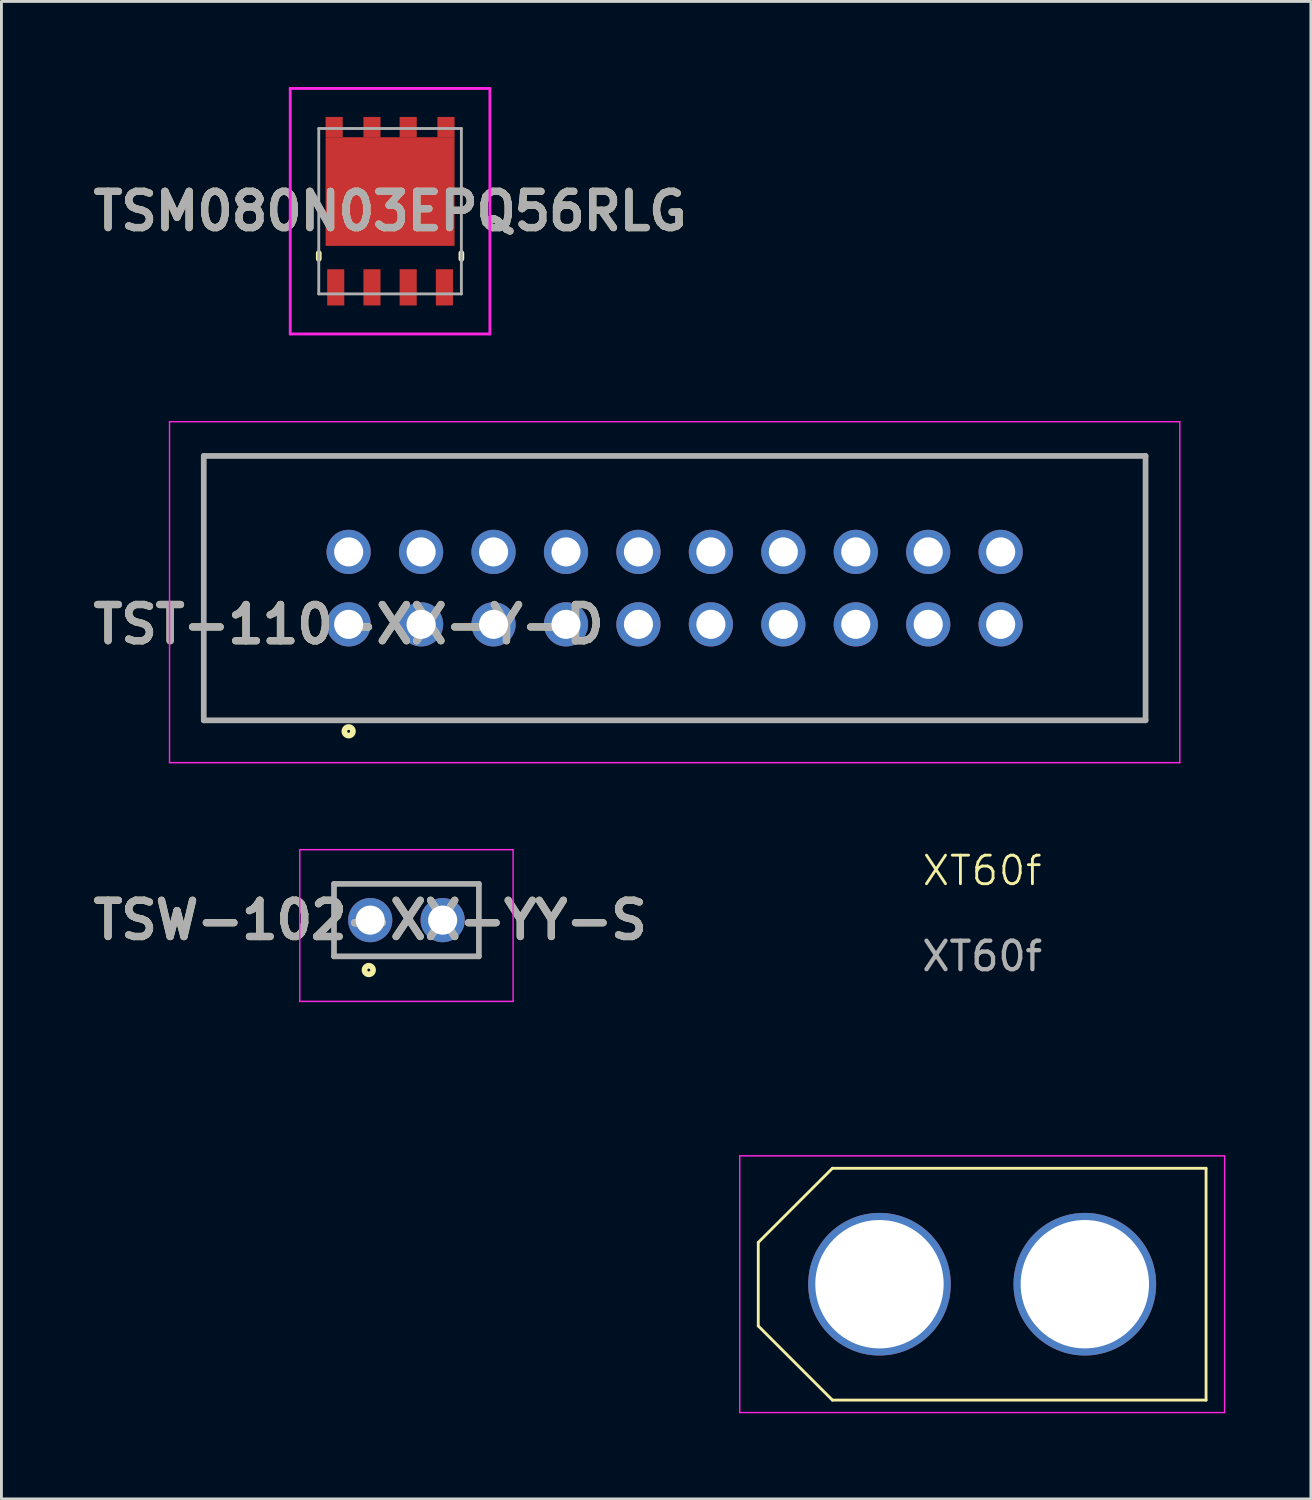
<source format=kicad_pcb>
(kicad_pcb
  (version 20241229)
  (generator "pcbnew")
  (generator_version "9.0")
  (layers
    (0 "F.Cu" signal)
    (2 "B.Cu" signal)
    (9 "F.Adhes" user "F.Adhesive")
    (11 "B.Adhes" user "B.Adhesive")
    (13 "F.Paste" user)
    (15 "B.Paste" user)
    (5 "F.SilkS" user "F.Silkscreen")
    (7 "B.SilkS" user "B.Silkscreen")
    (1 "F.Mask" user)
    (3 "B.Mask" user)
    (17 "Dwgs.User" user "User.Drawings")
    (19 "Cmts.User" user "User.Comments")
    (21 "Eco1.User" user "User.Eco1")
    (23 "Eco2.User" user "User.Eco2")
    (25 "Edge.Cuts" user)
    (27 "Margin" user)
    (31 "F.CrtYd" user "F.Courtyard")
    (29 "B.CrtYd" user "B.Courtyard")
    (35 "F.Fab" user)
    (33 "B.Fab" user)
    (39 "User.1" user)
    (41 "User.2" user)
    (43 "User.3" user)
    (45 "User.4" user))
  (footprint "TST-110-XX-Y-D"
    (layer "F.Cu")
    (at 9.174 18.84)
    (property "Reference" "TST-110-XX-Y-D" (at 0 0 0) (layer "F.SilkS") (effects (font (size 1.27 1.27) (thickness 0.254))))
    (attr through_hole)
    (fp_line (start -5.08 -5.905) (end 27.94 -5.905) (stroke (width 0.1) (type solid)) (layer "F.SilkS"))
    (fp_line (start -5.08 3.365) (end -5.08 -5.905) (stroke (width 0.1) (type solid)) (layer "F.SilkS"))
    (fp_line (start 27.94 -5.905) (end 27.94 3.365) (stroke (width 0.1) (type solid)) (layer "F.SilkS"))
    (fp_line (start 27.94 3.365) (end -5.08 3.365) (stroke (width 0.1) (type solid)) (layer "F.SilkS"))
    (fp_circle (center 0 3.75) (end 0 3.8) (stroke (width 0.2) (type solid)) (fill no) (layer "F.SilkS"))
    (fp_line (start -6.28 -7.105) (end 29.14 -7.105) (stroke (width 0.05) (type solid)) (layer "F.CrtYd"))
    (fp_line (start -6.28 4.85) (end -6.28 -7.105) (stroke (width 0.05) (type solid)) (layer "F.CrtYd"))
    (fp_line (start 29.14 -7.105) (end 29.14 4.85) (stroke (width 0.05) (type solid)) (layer "F.CrtYd"))
    (fp_line (start 29.14 4.85) (end -6.28 4.85) (stroke (width 0.05) (type solid)) (layer "F.CrtYd"))
    (fp_line (start -5.08 -5.905) (end 27.94 -5.905) (stroke (width 0.2) (type solid)) (layer "F.Fab"))
    (fp_line (start -5.08 3.365) (end -5.08 -5.905) (stroke (width 0.2) (type solid)) (layer "F.Fab"))
    (fp_line (start 27.94 -5.905) (end 27.94 3.365) (stroke (width 0.2) (type solid)) (layer "F.Fab"))
    (fp_line (start 27.94 3.365) (end -5.08 3.365) (stroke (width 0.2) (type solid)) (layer "F.Fab"))
    (fp_text user "${REFERENCE}" (at 0 0 0) (layer "F.Fab") (effects (font (size 1.27 1.27) (thickness 0.254))))
    (pad "1" thru_hole circle (at 0 0) (size 1.55 1.55) (drill 1.02) (layers "*.Cu" "*.Mask"))
    (pad "2" thru_hole circle (at 0 -2.54) (size 1.55 1.55) (drill 1.02) (layers "*.Cu" "*.Mask"))
    (pad "3" thru_hole circle (at 2.54 0) (size 1.55 1.55) (drill 1.02) (layers "*.Cu" "*.Mask"))
    (pad "4" thru_hole circle (at 2.54 -2.54) (size 1.55 1.55) (drill 1.02) (layers "*.Cu" "*.Mask"))
    (pad "5" thru_hole circle (at 5.08 0) (size 1.55 1.55) (drill 1.02) (layers "*.Cu" "*.Mask"))
    (pad "6" thru_hole circle (at 5.08 -2.54) (size 1.55 1.55) (drill 1.02) (layers "*.Cu" "*.Mask"))
    (pad "7" thru_hole circle (at 7.62 0) (size 1.55 1.55) (drill 1.02) (layers "*.Cu" "*.Mask"))
    (pad "8" thru_hole circle (at 7.62 -2.54) (size 1.55 1.55) (drill 1.02) (layers "*.Cu" "*.Mask"))
    (pad "9" thru_hole circle (at 10.16 0) (size 1.55 1.55) (drill 1.02) (layers "*.Cu" "*.Mask"))
    (pad "10" thru_hole circle (at 10.16 -2.54) (size 1.55 1.55) (drill 1.02) (layers "*.Cu" "*.Mask"))
    (pad "11" thru_hole circle (at 12.7 0) (size 1.55 1.55) (drill 1.02) (layers "*.Cu" "*.Mask"))
    (pad "12" thru_hole circle (at 12.7 -2.54) (size 1.55 1.55) (drill 1.02) (layers "*.Cu" "*.Mask"))
    (pad "13" thru_hole circle (at 15.24 0) (size 1.55 1.55) (drill 1.02) (layers "*.Cu" "*.Mask"))
    (pad "14" thru_hole circle (at 15.24 -2.54) (size 1.55 1.55) (drill 1.02) (layers "*.Cu" "*.Mask"))
    (pad "15" thru_hole circle (at 17.78 0) (size 1.55 1.55) (drill 1.02) (layers "*.Cu" "*.Mask"))
    (pad "16" thru_hole circle (at 17.78 -2.54) (size 1.55 1.55) (drill 1.02) (layers "*.Cu" "*.Mask"))
    (pad "17" thru_hole circle (at 20.32 0) (size 1.55 1.55) (drill 1.02) (layers "*.Cu" "*.Mask"))
    (pad "18" thru_hole circle (at 20.32 -2.54) (size 1.55 1.55) (drill 1.02) (layers "*.Cu" "*.Mask"))
    (pad "19" thru_hole circle (at 22.86 0) (size 1.55 1.55) (drill 1.02) (layers "*.Cu" "*.Mask"))
    (pad "20" thru_hole circle (at 22.86 -2.54) (size 1.55 1.55) (drill 1.02) (layers "*.Cu" "*.Mask")))
  (footprint "TSM080N03EPQ56RLG"
    (layer "F.Cu")
    (at 10.626 4.355)
    (property "Reference" "TSM080N03EPQ56RLG" (at 0 0 0) (layer "F.SilkS") (effects (font (size 1.27 1.27) (thickness 0.254))))
    (attr smd)
    (fp_line (start -2.5 1.47) (end -2.5 1.67) (stroke (width 0.2) (type solid)) (layer "F.SilkS"))
    (fp_line (start 2.5 1.47) (end 2.5 1.67) (stroke (width 0.2) (type solid)) (layer "F.SilkS"))
    (fp_line (start -3.5 -4.305) (end 3.5 -4.305) (stroke (width 0.1) (type solid)) (layer "F.CrtYd"))
    (fp_line (start -3.5 4.305) (end -3.5 -4.305) (stroke (width 0.1) (type solid)) (layer "F.CrtYd"))
    (fp_line (start 3.5 -4.305) (end 3.5 4.305) (stroke (width 0.1) (type solid)) (layer "F.CrtYd"))
    (fp_line (start 3.5 4.305) (end -3.5 4.305) (stroke (width 0.1) (type solid)) (layer "F.CrtYd"))
    (fp_line (start -2.5 -2.9) (end 2.5 -2.9) (stroke (width 0.1) (type solid)) (layer "F.Fab"))
    (fp_line (start -2.5 2.9) (end -2.5 -2.9) (stroke (width 0.1) (type solid)) (layer "F.Fab"))
    (fp_line (start 2.5 -2.9) (end 2.5 2.9) (stroke (width 0.1) (type solid)) (layer "F.Fab"))
    (fp_line (start 2.5 2.9) (end -2.5 2.9) (stroke (width 0.1) (type solid)) (layer "F.Fab"))
    (fp_text user "${REFERENCE}" (at 0 0 0) (layer "F.Fab") (effects (font (size 1.27 1.27) (thickness 0.254))))
    (pad "1" smd rect (at -1.905 2.67) (size 0.6 1.27) (layers "F.Cu" "F.Mask" "F.Paste"))
    (pad "2" smd rect (at -0.635 2.67) (size 0.6 1.27) (layers "F.Cu" "F.Mask" "F.Paste"))
    (pad "3" smd rect (at 0.635 2.67) (size 0.6 1.27) (layers "F.Cu" "F.Mask" "F.Paste"))
    (pad "4" smd rect (at 1.905 2.67) (size 0.6 1.27) (layers "F.Cu" "F.Mask" "F.Paste"))
    (pad "5" smd rect (at 1.96 -2.95) (size 0.6 0.71) (layers "F.Cu" "F.Mask" "F.Paste"))
    (pad "6" smd rect (at 0.635 -2.95) (size 0.6 0.71) (layers "F.Cu" "F.Mask" "F.Paste"))
    (pad "7" smd rect (at -0.635 -2.95) (size 0.6 0.71) (layers "F.Cu" "F.Mask" "F.Paste"))
    (pad "8" smd rect (at -1.96 -2.95) (size 0.6 0.71) (layers "F.Cu" "F.Mask" "F.Paste"))
    (pad "9" smd rect (at 0 -0.69 90) (size 3.81 4.52) (layers "F.Cu" "F.Mask" "F.Paste")))
  (footprint "TSW-102-XX-YY-S"
    (layer "F.Cu")
    (at 9.93 29.21)
    (property "Reference" "TSW-102-XX-YY-S" (at 0 0 0) (layer "F.SilkS") (effects (font (size 1.27 1.27) (thickness 0.254))))
    (attr through_hole)
    (fp_line (start -1.27 -1.27) (end 3.81 -1.27) (stroke (width 0.1) (type solid)) (layer "F.SilkS"))
    (fp_line (start -1.27 1.27) (end -1.27 -1.27) (stroke (width 0.1) (type solid)) (layer "F.SilkS"))
    (fp_line (start 3.81 -1.27) (end 3.81 1.27) (stroke (width 0.1) (type solid)) (layer "F.SilkS"))
    (fp_line (start 3.81 1.27) (end -1.27 1.27) (stroke (width 0.1) (type solid)) (layer "F.SilkS"))
    (fp_circle (center -0.05 1.75) (end -0.05 1.8) (stroke (width 0.2) (type solid)) (fill no) (layer "F.SilkS"))
    (fp_line (start -2.47 -2.47) (end 5.01 -2.47) (stroke (width 0.05) (type solid)) (layer "F.CrtYd"))
    (fp_line (start -2.47 2.85) (end -2.47 -2.47) (stroke (width 0.05) (type solid)) (layer "F.CrtYd"))
    (fp_line (start 5.01 -2.47) (end 5.01 2.85) (stroke (width 0.05) (type solid)) (layer "F.CrtYd"))
    (fp_line (start 5.01 2.85) (end -2.47 2.85) (stroke (width 0.05) (type solid)) (layer "F.CrtYd"))
    (fp_line (start -1.27 -1.27) (end 3.81 -1.27) (stroke (width 0.2) (type solid)) (layer "F.Fab"))
    (fp_line (start -1.27 1.27) (end -1.27 -1.27) (stroke (width 0.2) (type solid)) (layer "F.Fab"))
    (fp_line (start 3.81 -1.27) (end 3.81 1.27) (stroke (width 0.2) (type solid)) (layer "F.Fab"))
    (fp_line (start 3.81 1.27) (end -1.27 1.27) (stroke (width 0.2) (type solid)) (layer "F.Fab"))
    (fp_text user "${REFERENCE}" (at 0 0 0) (layer "F.Fab") (effects (font (size 1.27 1.27) (thickness 0.254))))
    (pad "1" thru_hole circle (at 0 0) (size 1.55 1.55) (drill 1.02) (layers "*.Cu" "*.Mask"))
    (pad "2" thru_hole circle (at 2.54 0) (size 1.55 1.55) (drill 1.02) (layers "*.Cu" "*.Mask")))
  (footprint "XT60f"
    (layer "F.Cu")
    (at 31.385 41.975)
    (property "Reference" "XT60f" (at 0 -14.5 0) (unlocked yes) (layer "F.SilkS") (effects (font (size 1 1) (thickness 0.1))))
    (attr through_hole)
    (fp_line (start -7.85 -1.464) (end -7.85 1.464) (stroke (width 0.1) (type default)) (layer "F.SilkS"))
    (fp_line (start -7.85 1.464) (end -5.25 4.064) (stroke (width 0.1) (type default)) (layer "F.SilkS"))
    (fp_line (start -5.25 -4.064) (end -7.85 -1.464) (stroke (width 0.1) (type default)) (layer "F.SilkS"))
    (fp_line (start 7.85 -4.064) (end -5.25 -4.064) (stroke (width 0.1) (type default)) (layer "F.SilkS"))
    (fp_line (start 7.85 -4.064) (end 7.85 4.064) (stroke (width 0.1) (type default)) (layer "F.SilkS"))
    (fp_line (start 7.85 4.064) (end -5.25 4.064) (stroke (width 0.1) (type default)) (layer "F.SilkS"))
    (fp_line (start -8.5 -4.5) (end 8.5 -4.5) (stroke (width 0.05) (type default)) (layer "F.CrtYd"))
    (fp_line (start -8.5 4.5) (end -8.5 -4.5) (stroke (width 0.05) (type default)) (layer "F.CrtYd"))
    (fp_line (start 8.5 -4.5) (end 8.5 4.5) (stroke (width 0.05) (type default)) (layer "F.CrtYd"))
    (fp_line (start 8.5 4.5) (end -8.5 4.5) (stroke (width 0.05) (type default)) (layer "F.CrtYd"))
    (fp_text user "${REFERENCE}" (at 0 -11.5 0) (unlocked yes) (layer "F.Fab") (effects (font (size 1 1) (thickness 0.15))))
    (pad "1" thru_hole circle (at 3.6 0) (size 5 5) (drill 4.5) (layers "*.Cu" "*.Mask"))
    (pad "2" thru_hole circle (at -3.6 0) (size 5 5) (drill 4.5) (layers "*.Cu" "*.Mask")))
  (gr_rect
    (start -3 -3)
    (end 42.91 49.501)
    (stroke (width 0.1) (type default))
    (fill no)
    (layer "Edge.Cuts")))
</source>
